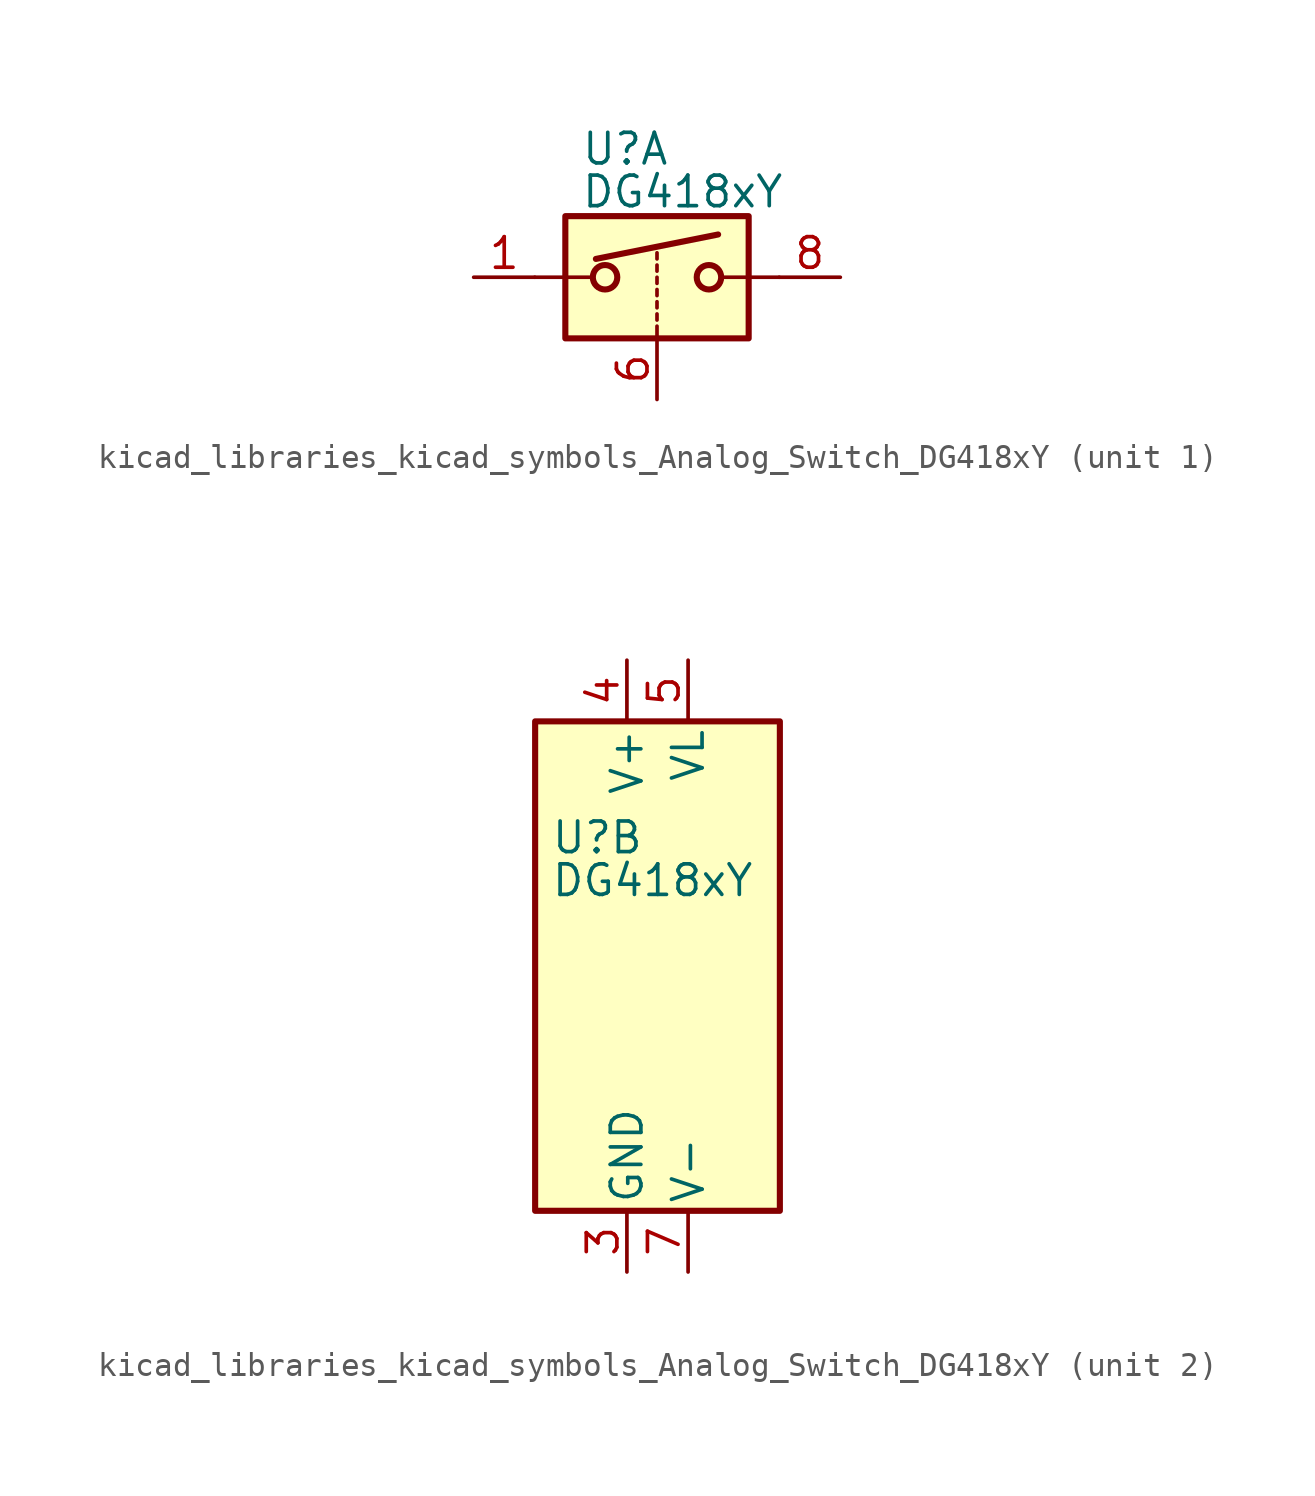
<source format=kicad_sym>
(kicad_symbol_lib
  (version 20220914)
  (generator kicad_symbol_editor)
  (symbol "kicad_libraries_kicad_symbols_Analog_Switch_DG418xY"
    (pin_names
      (offset 0.254))
    (property "Reference" "U"
      (at -3.175 5.334 0)
      (effects (font (size 1.27 1.27)) (justify left)))
    (property "Value" "DG418xY"
      (at -3.175 3.556 0)
      (effects (font (size 1.27 1.27)) (justify left)))
    (symbol "kicad_libraries_kicad_symbols_Analog_Switch_DG418xY_1_1"
      (rectangle (start -3.81 2.54) (end 3.81 -2.54) (stroke (width 0.254) (type default)) (fill (type background)))
      (circle (center -2.159 0) (radius 0.508) (stroke (width 0.254) (type default)) (fill (type none)))
      (polyline (pts (xy -5.08 0) (xy -2.794 0)) (stroke (width 0) (type default)) (fill (type none)))
      (polyline (pts (xy -2.54 0.762) (xy 2.54 1.778)) (stroke (width 0.254) (type default)) (fill (type none)))
      (polyline (pts (xy 0 -2.54) (xy 0 -2.032)) (stroke (width 0) (type default)) (fill (type none)))
      (polyline (pts (xy 0 -1.778) (xy 0 -1.524)) (stroke (width 0) (type default)) (fill (type none)))
      (polyline (pts (xy 0 -1.27) (xy 0 -1.016)) (stroke (width 0) (type default)) (fill (type none)))
      (polyline (pts (xy 0 -0.762) (xy 0 -0.508)) (stroke (width 0) (type default)) (fill (type none)))
      (polyline (pts (xy 0 -0.254) (xy 0 0)) (stroke (width 0) (type default)) (fill (type none)))
      (polyline (pts (xy 0 0.254) (xy 0 0.508)) (stroke (width 0) (type default)) (fill (type none)))
      (polyline (pts (xy 0 0.762) (xy 0 1.016)) (stroke (width 0) (type default)) (fill (type none)))
      (polyline (pts (xy 5.08 0) (xy 2.794 0)) (stroke (width 0) (type default)) (fill (type none)))
      (circle (center 2.159 0) (radius 0.508) (stroke (width 0.254) (type default)) (fill (type none)))
      (pin passive line (at -7.62 0 0) (length 2.54) (name "~" (effects (font (size 1.27 1.27)))) (number "1" (effects (font (size 1.27 1.27)))))
      (pin input line (at 0 -5.08 90) (length 2.54) (name "~" (effects (font (size 1.27 1.27)))) (number "6" (effects (font (size 1.27 1.27)))))
      (pin passive line (at 7.62 0 180) (length 2.54) (name "~" (effects (font (size 1.27 1.27)))) (number "8" (effects (font (size 1.27 1.27))))))
    (symbol "kicad_libraries_kicad_symbols_Analog_Switch_DG418xY_2_0"
      (pin no_connect line (at -2.54 10.16 270) (length 2.54) hide (name "NC" (effects (font (size 1.27 1.27)))) (number "2" (effects (font (size 1.27 1.27)))))
      (pin power_in line (at 0 -12.7 90) (length 2.54) (name "GND" (effects (font (size 1.27 1.27)))) (number "3" (effects (font (size 1.27 1.27)))))
      (pin power_in line (at 0 12.7 270) (length 2.54) (name "V+" (effects (font (size 1.27 1.27)))) (number "4" (effects (font (size 1.27 1.27)))))
      (pin power_in line (at 2.54 12.7 270) (length 2.54) (name "VL" (effects (font (size 1.27 1.27)))) (number "5" (effects (font (size 1.27 1.27)))))
      (pin power_in line (at 2.54 -12.7 90) (length 2.54) (name "V-" (effects (font (size 1.27 1.27)))) (number "7" (effects (font (size 1.27 1.27))))))
    (symbol "kicad_libraries_kicad_symbols_Analog_Switch_DG418xY_2_1"
      (rectangle (start -3.81 10.16) (end 6.35 -10.16) (stroke (width 0.254) (type default)) (fill (type background))))))
</source>
